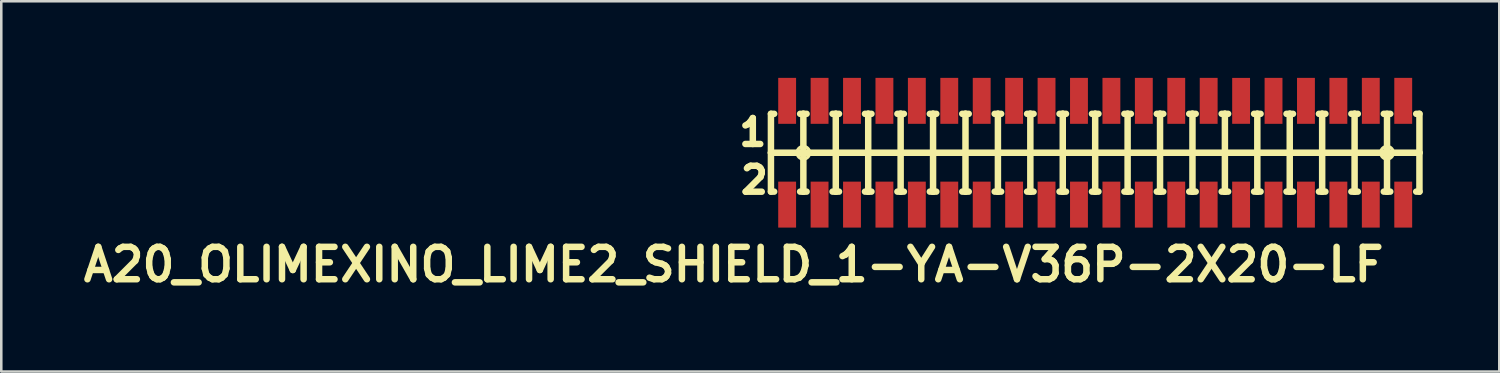
<source format=kicad_pcb>
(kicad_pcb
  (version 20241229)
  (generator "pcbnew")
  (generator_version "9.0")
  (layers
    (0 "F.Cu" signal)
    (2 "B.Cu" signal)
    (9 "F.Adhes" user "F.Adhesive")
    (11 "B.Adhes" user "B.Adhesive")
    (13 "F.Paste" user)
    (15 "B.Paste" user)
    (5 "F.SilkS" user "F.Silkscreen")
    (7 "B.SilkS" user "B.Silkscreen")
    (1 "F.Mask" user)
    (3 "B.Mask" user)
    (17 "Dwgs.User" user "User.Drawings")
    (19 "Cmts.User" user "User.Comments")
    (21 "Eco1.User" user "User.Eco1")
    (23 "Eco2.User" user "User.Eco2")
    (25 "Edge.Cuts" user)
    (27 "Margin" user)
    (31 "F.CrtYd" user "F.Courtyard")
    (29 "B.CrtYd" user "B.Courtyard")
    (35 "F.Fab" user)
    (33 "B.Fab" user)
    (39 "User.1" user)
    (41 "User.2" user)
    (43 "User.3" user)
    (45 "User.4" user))
  (footprint "A20_OLIMEXINO_LIME2_SHIELD_1-YA-V36P-2X20-LF"
    (layer "F.Cu")
    (at 39.845 2.932)
    (property "Reference" "A20_OLIMEXINO_LIME2_SHIELD_1-YA-V36P-2X20-LF" (at -14.161 4.381 0) (layer "F.SilkS") (effects (font (size 1.27 1.27) (thickness 0.254))))
    (attr smd)
    (fp_line (start -12.7 -1.524) (end -12.7 0) (stroke (width 0.254) (type solid)) (layer "F.SilkS"))
    (fp_line (start -12.7 0) (end -12.7 1.524) (stroke (width 0.254) (type solid)) (layer "F.SilkS"))
    (fp_line (start -12.7 0) (end -11.43 0) (stroke (width 0.254) (type solid)) (layer "F.SilkS"))
    (fp_line (start -12.7 1.524) (end -12.573 1.524) (stroke (width 0.254) (type solid)) (layer "F.SilkS"))
    (fp_line (start -12.573 -1.524) (end -12.7 -1.524) (stroke (width 0.254) (type solid)) (layer "F.SilkS"))
    (fp_line (start -11.778 0) (end -11.079 0) (stroke (width 0.127) (type solid)) (layer "F.SilkS"))
    (fp_line (start -11.557 -1.524) (end -11.43 -1.524) (stroke (width 0.254) (type solid)) (layer "F.SilkS"))
    (fp_line (start -11.557 1.524) (end -11.43 1.524) (stroke (width 0.254) (type solid)) (layer "F.SilkS"))
    (fp_line (start -11.43 -1.524) (end -11.303 -1.524) (stroke (width 0.254) (type solid)) (layer "F.SilkS"))
    (fp_line (start -11.43 0) (end -11.43 -1.524) (stroke (width 0.254) (type solid)) (layer "F.SilkS"))
    (fp_line (start -11.43 0) (end -10.16 0) (stroke (width 0.254) (type solid)) (layer "F.SilkS"))
    (fp_line (start -11.43 0.348) (end -11.43 -0.348) (stroke (width 0.127) (type solid)) (layer "F.SilkS"))
    (fp_line (start -11.43 1.524) (end -11.43 0) (stroke (width 0.254) (type solid)) (layer "F.SilkS"))
    (fp_line (start -11.43 1.524) (end -11.303 1.524) (stroke (width 0.254) (type solid)) (layer "F.SilkS"))
    (fp_line (start -10.287 -1.524) (end -10.16 -1.524) (stroke (width 0.254) (type solid)) (layer "F.SilkS"))
    (fp_line (start -10.287 1.524) (end -10.16 1.524) (stroke (width 0.254) (type solid)) (layer "F.SilkS"))
    (fp_line (start -10.16 -1.524) (end -10.033 -1.524) (stroke (width 0.254) (type solid)) (layer "F.SilkS"))
    (fp_line (start -10.16 0) (end -10.16 -1.524) (stroke (width 0.254) (type solid)) (layer "F.SilkS"))
    (fp_line (start -10.16 0) (end -8.89 0) (stroke (width 0.254) (type solid)) (layer "F.SilkS"))
    (fp_line (start -10.16 1.524) (end -10.16 0) (stroke (width 0.254) (type solid)) (layer "F.SilkS"))
    (fp_line (start -10.16 1.524) (end -10.033 1.524) (stroke (width 0.254) (type solid)) (layer "F.SilkS"))
    (fp_line (start -9.017 -1.524) (end -8.89 -1.524) (stroke (width 0.254) (type solid)) (layer "F.SilkS"))
    (fp_line (start -9.017 1.524) (end -8.89 1.524) (stroke (width 0.254) (type solid)) (layer "F.SilkS"))
    (fp_line (start -8.89 -1.524) (end -8.763 -1.524) (stroke (width 0.254) (type solid)) (layer "F.SilkS"))
    (fp_line (start -8.89 0) (end -8.89 -1.524) (stroke (width 0.254) (type solid)) (layer "F.SilkS"))
    (fp_line (start -8.89 0) (end -7.62 0) (stroke (width 0.254) (type solid)) (layer "F.SilkS"))
    (fp_line (start -8.89 1.524) (end -8.89 0) (stroke (width 0.254) (type solid)) (layer "F.SilkS"))
    (fp_line (start -8.89 1.524) (end -8.763 1.524) (stroke (width 0.254) (type solid)) (layer "F.SilkS"))
    (fp_line (start -7.747 -1.524) (end -7.62 -1.524) (stroke (width 0.254) (type solid)) (layer "F.SilkS"))
    (fp_line (start -7.747 1.524) (end -7.62 1.524) (stroke (width 0.254) (type solid)) (layer "F.SilkS"))
    (fp_line (start -7.62 -1.524) (end -7.493 -1.524) (stroke (width 0.254) (type solid)) (layer "F.SilkS"))
    (fp_line (start -7.62 0) (end -7.62 -1.524) (stroke (width 0.254) (type solid)) (layer "F.SilkS"))
    (fp_line (start -7.62 0) (end -6.35 0) (stroke (width 0.254) (type solid)) (layer "F.SilkS"))
    (fp_line (start -7.62 1.524) (end -7.62 0) (stroke (width 0.254) (type solid)) (layer "F.SilkS"))
    (fp_line (start -7.62 1.524) (end -7.493 1.524) (stroke (width 0.254) (type solid)) (layer "F.SilkS"))
    (fp_line (start -6.477 -1.524) (end -6.35 -1.524) (stroke (width 0.254) (type solid)) (layer "F.SilkS"))
    (fp_line (start -6.477 1.524) (end -6.35 1.524) (stroke (width 0.254) (type solid)) (layer "F.SilkS"))
    (fp_line (start -6.35 -1.524) (end -6.223 -1.524) (stroke (width 0.254) (type solid)) (layer "F.SilkS"))
    (fp_line (start -6.35 0) (end -6.35 -1.524) (stroke (width 0.254) (type solid)) (layer "F.SilkS"))
    (fp_line (start -6.35 0) (end -5.08 0) (stroke (width 0.254) (type solid)) (layer "F.SilkS"))
    (fp_line (start -6.35 1.524) (end -6.35 0) (stroke (width 0.254) (type solid)) (layer "F.SilkS"))
    (fp_line (start -6.35 1.524) (end -6.223 1.524) (stroke (width 0.254) (type solid)) (layer "F.SilkS"))
    (fp_line (start -5.207 -1.524) (end -5.08 -1.524) (stroke (width 0.254) (type solid)) (layer "F.SilkS"))
    (fp_line (start -5.207 1.524) (end -5.08 1.524) (stroke (width 0.254) (type solid)) (layer "F.SilkS"))
    (fp_line (start -5.08 -1.524) (end -4.953 -1.524) (stroke (width 0.254) (type solid)) (layer "F.SilkS"))
    (fp_line (start -5.08 0) (end -5.08 -1.524) (stroke (width 0.254) (type solid)) (layer "F.SilkS"))
    (fp_line (start -5.08 0) (end -3.81 0) (stroke (width 0.254) (type solid)) (layer "F.SilkS"))
    (fp_line (start -5.08 1.524) (end -5.08 0) (stroke (width 0.254) (type solid)) (layer "F.SilkS"))
    (fp_line (start -5.08 1.524) (end -4.953 1.524) (stroke (width 0.254) (type solid)) (layer "F.SilkS"))
    (fp_line (start -3.937 -1.524) (end -3.81 -1.524) (stroke (width 0.254) (type solid)) (layer "F.SilkS"))
    (fp_line (start -3.937 1.524) (end -3.81 1.524) (stroke (width 0.254) (type solid)) (layer "F.SilkS"))
    (fp_line (start -3.81 -1.524) (end -3.683 -1.524) (stroke (width 0.254) (type solid)) (layer "F.SilkS"))
    (fp_line (start -3.81 0) (end -3.81 -1.524) (stroke (width 0.254) (type solid)) (layer "F.SilkS"))
    (fp_line (start -3.81 0) (end -2.54 0) (stroke (width 0.254) (type solid)) (layer "F.SilkS"))
    (fp_line (start -3.81 1.524) (end -3.81 0) (stroke (width 0.254) (type solid)) (layer "F.SilkS"))
    (fp_line (start -3.81 1.524) (end -3.683 1.524) (stroke (width 0.254) (type solid)) (layer "F.SilkS"))
    (fp_line (start -2.667 -1.524) (end -2.54 -1.524) (stroke (width 0.254) (type solid)) (layer "F.SilkS"))
    (fp_line (start -2.667 1.524) (end -2.54 1.524) (stroke (width 0.254) (type solid)) (layer "F.SilkS"))
    (fp_line (start -2.54 -1.524) (end -2.413 -1.524) (stroke (width 0.254) (type solid)) (layer "F.SilkS"))
    (fp_line (start -2.54 0) (end -2.54 -1.524) (stroke (width 0.254) (type solid)) (layer "F.SilkS"))
    (fp_line (start -2.54 0) (end -1.27 0) (stroke (width 0.254) (type solid)) (layer "F.SilkS"))
    (fp_line (start -2.54 1.524) (end -2.54 0) (stroke (width 0.254) (type solid)) (layer "F.SilkS"))
    (fp_line (start -2.54 1.524) (end -2.413 1.524) (stroke (width 0.254) (type solid)) (layer "F.SilkS"))
    (fp_line (start -1.397 -1.524) (end -1.27 -1.524) (stroke (width 0.254) (type solid)) (layer "F.SilkS"))
    (fp_line (start -1.397 1.524) (end -1.27 1.524) (stroke (width 0.254) (type solid)) (layer "F.SilkS"))
    (fp_line (start -1.27 -1.524) (end -1.143 -1.524) (stroke (width 0.254) (type solid)) (layer "F.SilkS"))
    (fp_line (start -1.27 0) (end -1.27 -1.524) (stroke (width 0.254) (type solid)) (layer "F.SilkS"))
    (fp_line (start -1.27 0) (end 0 0) (stroke (width 0.254) (type solid)) (layer "F.SilkS"))
    (fp_line (start -1.27 1.524) (end -1.27 0) (stroke (width 0.254) (type solid)) (layer "F.SilkS"))
    (fp_line (start -1.27 1.524) (end -1.143 1.524) (stroke (width 0.254) (type solid)) (layer "F.SilkS"))
    (fp_line (start -0.127 -1.524) (end 0 -1.524) (stroke (width 0.254) (type solid)) (layer "F.SilkS"))
    (fp_line (start -0.127 1.524) (end 0 1.524) (stroke (width 0.254) (type solid)) (layer "F.SilkS"))
    (fp_line (start 0 -1.524) (end 0.127 -1.524) (stroke (width 0.254) (type solid)) (layer "F.SilkS"))
    (fp_line (start 0 0) (end 0 -1.524) (stroke (width 0.254) (type solid)) (layer "F.SilkS"))
    (fp_line (start 0 0) (end 1.27 0) (stroke (width 0.254) (type solid)) (layer "F.SilkS"))
    (fp_line (start 0 1.524) (end 0 0) (stroke (width 0.254) (type solid)) (layer "F.SilkS"))
    (fp_line (start 0 1.524) (end 0.127 1.524) (stroke (width 0.254) (type solid)) (layer "F.SilkS"))
    (fp_line (start 1.143 -1.524) (end 1.27 -1.524) (stroke (width 0.254) (type solid)) (layer "F.SilkS"))
    (fp_line (start 1.143 1.524) (end 1.27 1.524) (stroke (width 0.254) (type solid)) (layer "F.SilkS"))
    (fp_line (start 1.27 -1.524) (end 1.397 -1.524) (stroke (width 0.254) (type solid)) (layer "F.SilkS"))
    (fp_line (start 1.27 0) (end 1.27 -1.524) (stroke (width 0.254) (type solid)) (layer "F.SilkS"))
    (fp_line (start 1.27 0) (end 2.54 0) (stroke (width 0.254) (type solid)) (layer "F.SilkS"))
    (fp_line (start 1.27 1.524) (end 1.27 0) (stroke (width 0.254) (type solid)) (layer "F.SilkS"))
    (fp_line (start 1.27 1.524) (end 1.397 1.524) (stroke (width 0.254) (type solid)) (layer "F.SilkS"))
    (fp_line (start 2.413 -1.524) (end 2.54 -1.524) (stroke (width 0.254) (type solid)) (layer "F.SilkS"))
    (fp_line (start 2.413 1.524) (end 2.54 1.524) (stroke (width 0.254) (type solid)) (layer "F.SilkS"))
    (fp_line (start 2.54 -1.524) (end 2.667 -1.524) (stroke (width 0.254) (type solid)) (layer "F.SilkS"))
    (fp_line (start 2.54 0) (end 2.54 -1.524) (stroke (width 0.254) (type solid)) (layer "F.SilkS"))
    (fp_line (start 2.54 0) (end 3.81 0) (stroke (width 0.254) (type solid)) (layer "F.SilkS"))
    (fp_line (start 2.54 1.524) (end 2.54 0) (stroke (width 0.254) (type solid)) (layer "F.SilkS"))
    (fp_line (start 2.54 1.524) (end 2.667 1.524) (stroke (width 0.254) (type solid)) (layer "F.SilkS"))
    (fp_line (start 3.683 -1.524) (end 3.81 -1.524) (stroke (width 0.254) (type solid)) (layer "F.SilkS"))
    (fp_line (start 3.683 1.524) (end 3.81 1.524) (stroke (width 0.254) (type solid)) (layer "F.SilkS"))
    (fp_line (start 3.81 -1.524) (end 3.937 -1.524) (stroke (width 0.254) (type solid)) (layer "F.SilkS"))
    (fp_line (start 3.81 0) (end 3.81 -1.524) (stroke (width 0.254) (type solid)) (layer "F.SilkS"))
    (fp_line (start 3.81 0) (end 5.08 0) (stroke (width 0.254) (type solid)) (layer "F.SilkS"))
    (fp_line (start 3.81 1.524) (end 3.81 0) (stroke (width 0.254) (type solid)) (layer "F.SilkS"))
    (fp_line (start 3.81 1.524) (end 3.937 1.524) (stroke (width 0.254) (type solid)) (layer "F.SilkS"))
    (fp_line (start 4.953 -1.524) (end 5.08 -1.524) (stroke (width 0.254) (type solid)) (layer "F.SilkS"))
    (fp_line (start 4.953 1.524) (end 5.08 1.524) (stroke (width 0.254) (type solid)) (layer "F.SilkS"))
    (fp_line (start 5.08 -1.524) (end 5.207 -1.524) (stroke (width 0.254) (type solid)) (layer "F.SilkS"))
    (fp_line (start 5.08 0) (end 5.08 -1.524) (stroke (width 0.254) (type solid)) (layer "F.SilkS"))
    (fp_line (start 5.08 0) (end 6.35 0) (stroke (width 0.254) (type solid)) (layer "F.SilkS"))
    (fp_line (start 5.08 1.524) (end 5.08 0) (stroke (width 0.254) (type solid)) (layer "F.SilkS"))
    (fp_line (start 5.08 1.524) (end 5.207 1.524) (stroke (width 0.254) (type solid)) (layer "F.SilkS"))
    (fp_line (start 6.223 -1.524) (end 6.35 -1.524) (stroke (width 0.254) (type solid)) (layer "F.SilkS"))
    (fp_line (start 6.223 1.524) (end 6.35 1.524) (stroke (width 0.254) (type solid)) (layer "F.SilkS"))
    (fp_line (start 6.35 -1.524) (end 6.477 -1.524) (stroke (width 0.254) (type solid)) (layer "F.SilkS"))
    (fp_line (start 6.35 0) (end 6.35 -1.524) (stroke (width 0.254) (type solid)) (layer "F.SilkS"))
    (fp_line (start 6.35 0) (end 7.62 0) (stroke (width 0.254) (type solid)) (layer "F.SilkS"))
    (fp_line (start 6.35 1.524) (end 6.35 0) (stroke (width 0.254) (type solid)) (layer "F.SilkS"))
    (fp_line (start 6.35 1.524) (end 6.477 1.524) (stroke (width 0.254) (type solid)) (layer "F.SilkS"))
    (fp_line (start 7.493 -1.524) (end 7.62 -1.524) (stroke (width 0.254) (type solid)) (layer "F.SilkS"))
    (fp_line (start 7.493 1.524) (end 7.62 1.524) (stroke (width 0.254) (type solid)) (layer "F.SilkS"))
    (fp_line (start 7.62 -1.524) (end 7.747 -1.524) (stroke (width 0.254) (type solid)) (layer "F.SilkS"))
    (fp_line (start 7.62 0) (end 7.62 -1.524) (stroke (width 0.254) (type solid)) (layer "F.SilkS"))
    (fp_line (start 7.62 0) (end 8.89 0) (stroke (width 0.254) (type solid)) (layer "F.SilkS"))
    (fp_line (start 7.62 1.524) (end 7.62 0) (stroke (width 0.254) (type solid)) (layer "F.SilkS"))
    (fp_line (start 7.62 1.524) (end 7.747 1.524) (stroke (width 0.254) (type solid)) (layer "F.SilkS"))
    (fp_line (start 8.763 -1.524) (end 8.89 -1.524) (stroke (width 0.254) (type solid)) (layer "F.SilkS"))
    (fp_line (start 8.763 1.524) (end 8.89 1.524) (stroke (width 0.254) (type solid)) (layer "F.SilkS"))
    (fp_line (start 8.89 -1.524) (end 9.017 -1.524) (stroke (width 0.254) (type solid)) (layer "F.SilkS"))
    (fp_line (start 8.89 0) (end 8.89 -1.524) (stroke (width 0.254) (type solid)) (layer "F.SilkS"))
    (fp_line (start 8.89 0) (end 10.16 0) (stroke (width 0.254) (type solid)) (layer "F.SilkS"))
    (fp_line (start 8.89 1.524) (end 8.89 0) (stroke (width 0.254) (type solid)) (layer "F.SilkS"))
    (fp_line (start 8.89 1.524) (end 9.017 1.524) (stroke (width 0.254) (type solid)) (layer "F.SilkS"))
    (fp_line (start 10.033 -1.524) (end 10.16 -1.524) (stroke (width 0.254) (type solid)) (layer "F.SilkS"))
    (fp_line (start 10.033 1.524) (end 10.16 1.524) (stroke (width 0.254) (type solid)) (layer "F.SilkS"))
    (fp_line (start 10.16 -1.524) (end 10.287 -1.524) (stroke (width 0.254) (type solid)) (layer "F.SilkS"))
    (fp_line (start 10.16 0) (end 10.16 -1.524) (stroke (width 0.254) (type solid)) (layer "F.SilkS"))
    (fp_line (start 10.16 0) (end 11.43 0) (stroke (width 0.254) (type solid)) (layer "F.SilkS"))
    (fp_line (start 10.16 1.524) (end 10.16 0) (stroke (width 0.254) (type solid)) (layer "F.SilkS"))
    (fp_line (start 10.16 1.524) (end 10.287 1.524) (stroke (width 0.254) (type solid)) (layer "F.SilkS"))
    (fp_line (start 11.079 0) (end 11.778 0) (stroke (width 0.127) (type solid)) (layer "F.SilkS"))
    (fp_line (start 11.303 -1.524) (end 11.557 -1.524) (stroke (width 0.254) (type solid)) (layer "F.SilkS"))
    (fp_line (start 11.303 1.524) (end 11.43 1.524) (stroke (width 0.254) (type solid)) (layer "F.SilkS"))
    (fp_line (start 11.43 0) (end 11.43 -1.524) (stroke (width 0.254) (type solid)) (layer "F.SilkS"))
    (fp_line (start 11.43 0) (end 12.7 0) (stroke (width 0.254) (type solid)) (layer "F.SilkS"))
    (fp_line (start 11.43 0.348) (end 11.43 -0.348) (stroke (width 0.127) (type solid)) (layer "F.SilkS"))
    (fp_line (start 11.43 1.524) (end 11.43 0) (stroke (width 0.254) (type solid)) (layer "F.SilkS"))
    (fp_line (start 11.43 1.524) (end 11.557 1.524) (stroke (width 0.254) (type solid)) (layer "F.SilkS"))
    (fp_line (start 12.573 -1.524) (end 12.7 -1.524) (stroke (width 0.254) (type solid)) (layer "F.SilkS"))
    (fp_line (start 12.7 -1.524) (end 12.7 0) (stroke (width 0.254) (type solid)) (layer "F.SilkS"))
    (fp_line (start 12.7 0) (end 12.7 1.524) (stroke (width 0.254) (type solid)) (layer "F.SilkS"))
    (fp_line (start 12.7 1.524) (end 12.573 1.524) (stroke (width 0.254) (type solid)) (layer "F.SilkS"))
    (fp_circle (center -11.43 0) (end -11.603 0.173) (stroke (width 0.127) (type solid)) (fill no) (layer "F.SilkS"))
    (fp_circle (center 11.43 0) (end 11.603 0.173) (stroke (width 0.127) (type solid)) (fill no) (layer "F.SilkS"))
    (fp_line (start -12.573 -1.524) (end -11.557 -1.524) (stroke (width 0.254) (type solid)) (layer "Eco1.User"))
    (fp_line (start -12.573 1.524) (end -11.557 1.524) (stroke (width 0.254) (type solid)) (layer "Eco1.User"))
    (fp_line (start -11.303 -1.524) (end -10.287 -1.524) (stroke (width 0.254) (type solid)) (layer "Eco1.User"))
    (fp_line (start -11.303 1.524) (end -10.287 1.524) (stroke (width 0.254) (type solid)) (layer "Eco1.User"))
    (fp_line (start -10.033 -1.524) (end -9.017 -1.524) (stroke (width 0.254) (type solid)) (layer "Eco1.User"))
    (fp_line (start -10.033 1.524) (end -9.017 1.524) (stroke (width 0.254) (type solid)) (layer "Eco1.User"))
    (fp_line (start -8.763 -1.524) (end -7.747 -1.524) (stroke (width 0.254) (type solid)) (layer "Eco1.User"))
    (fp_line (start -8.763 1.524) (end -7.747 1.524) (stroke (width 0.254) (type solid)) (layer "Eco1.User"))
    (fp_line (start -7.493 -1.524) (end -6.477 -1.524) (stroke (width 0.254) (type solid)) (layer "Eco1.User"))
    (fp_line (start -7.493 1.524) (end -6.477 1.524) (stroke (width 0.254) (type solid)) (layer "Eco1.User"))
    (fp_line (start -6.223 -1.524) (end -5.207 -1.524) (stroke (width 0.254) (type solid)) (layer "Eco1.User"))
    (fp_line (start -6.223 1.524) (end -5.207 1.524) (stroke (width 0.254) (type solid)) (layer "Eco1.User"))
    (fp_line (start -4.953 -1.524) (end -3.937 -1.524) (stroke (width 0.254) (type solid)) (layer "Eco1.User"))
    (fp_line (start -4.953 1.524) (end -3.937 1.524) (stroke (width 0.254) (type solid)) (layer "Eco1.User"))
    (fp_line (start -3.683 -1.524) (end -2.667 -1.524) (stroke (width 0.254) (type solid)) (layer "Eco1.User"))
    (fp_line (start -3.683 1.524) (end -2.667 1.524) (stroke (width 0.254) (type solid)) (layer "Eco1.User"))
    (fp_line (start -2.413 -1.524) (end -1.397 -1.524) (stroke (width 0.254) (type solid)) (layer "Eco1.User"))
    (fp_line (start -2.413 1.524) (end -1.397 1.524) (stroke (width 0.254) (type solid)) (layer "Eco1.User"))
    (fp_line (start -1.143 -1.524) (end -0.127 -1.524) (stroke (width 0.254) (type solid)) (layer "Eco1.User"))
    (fp_line (start -1.143 1.524) (end -0.127 1.524) (stroke (width 0.254) (type solid)) (layer "Eco1.User"))
    (fp_line (start 0.127 -1.524) (end 1.143 -1.524) (stroke (width 0.254) (type solid)) (layer "Eco1.User"))
    (fp_line (start 0.127 1.524) (end 1.143 1.524) (stroke (width 0.254) (type solid)) (layer "Eco1.User"))
    (fp_line (start 1.397 -1.524) (end 2.413 -1.524) (stroke (width 0.254) (type solid)) (layer "Eco1.User"))
    (fp_line (start 1.397 1.524) (end 2.413 1.524) (stroke (width 0.254) (type solid)) (layer "Eco1.User"))
    (fp_line (start 2.667 -1.524) (end 3.683 -1.524) (stroke (width 0.254) (type solid)) (layer "Eco1.User"))
    (fp_line (start 2.667 1.524) (end 3.683 1.524) (stroke (width 0.254) (type solid)) (layer "Eco1.User"))
    (fp_line (start 3.937 -1.524) (end 4.953 -1.524) (stroke (width 0.254) (type solid)) (layer "Eco1.User"))
    (fp_line (start 3.937 1.524) (end 4.953 1.524) (stroke (width 0.254) (type solid)) (layer "Eco1.User"))
    (fp_line (start 5.207 -1.524) (end 6.223 -1.524) (stroke (width 0.254) (type solid)) (layer "Eco1.User"))
    (fp_line (start 5.207 1.524) (end 6.223 1.524) (stroke (width 0.254) (type solid)) (layer "Eco1.User"))
    (fp_line (start 6.477 -1.524) (end 7.493 -1.524) (stroke (width 0.254) (type solid)) (layer "Eco1.User"))
    (fp_line (start 6.477 1.524) (end 7.493 1.524) (stroke (width 0.254) (type solid)) (layer "Eco1.User"))
    (fp_line (start 7.747 -1.524) (end 8.763 -1.524) (stroke (width 0.254) (type solid)) (layer "Eco1.User"))
    (fp_line (start 7.747 1.524) (end 8.763 1.524) (stroke (width 0.254) (type solid)) (layer "Eco1.User"))
    (fp_line (start 9.017 -1.524) (end 10.033 -1.524) (stroke (width 0.254) (type solid)) (layer "Eco1.User"))
    (fp_line (start 9.017 1.524) (end 10.033 1.524) (stroke (width 0.254) (type solid)) (layer "Eco1.User"))
    (fp_line (start 10.287 -1.524) (end 11.303 -1.524) (stroke (width 0.254) (type solid)) (layer "Eco1.User"))
    (fp_line (start 10.287 1.524) (end 11.303 1.524) (stroke (width 0.254) (type solid)) (layer "Eco1.User"))
    (fp_line (start 11.557 -1.524) (end 12.573 -1.524) (stroke (width 0.254) (type solid)) (layer "Eco1.User"))
    (fp_line (start 11.557 1.524) (end 12.573 1.524) (stroke (width 0.254) (type solid)) (layer "Eco1.User"))
    (fp_text user "2" (at -13.35 1.07 0) (layer "F.SilkS") (effects (font (size 1.016 1.016) (thickness 0.254))))
    (fp_text user "1" (at -13.41 -0.8 0) (layer "F.SilkS") (effects (font (size 1.016 1.016) (thickness 0.254))))
    (pad "1" smd rect (at -12.065 -2.032 90) (size 1.8 0.7) (layers "F.Cu" "F.Mask" "F.Paste"))
    (pad "2" smd rect (at -12.065 2.032 90) (size 1.8 0.7) (layers "F.Cu" "F.Mask" "F.Paste"))
    (pad "3" smd rect (at -10.795 -2.032 90) (size 1.8 0.7) (layers "F.Cu" "F.Mask" "F.Paste"))
    (pad "4" smd rect (at -10.795 2.032 90) (size 1.8 0.7) (layers "F.Cu" "F.Mask" "F.Paste"))
    (pad "5" smd rect (at -9.525 -2.032 90) (size 1.8 0.7) (layers "F.Cu" "F.Mask" "F.Paste"))
    (pad "6" smd rect (at -9.525 2.032 90) (size 1.8 0.7) (layers "F.Cu" "F.Mask" "F.Paste"))
    (pad "7" smd rect (at -8.255 -2.032 90) (size 1.8 0.7) (layers "F.Cu" "F.Mask" "F.Paste"))
    (pad "8" smd rect (at -8.255 2.032 90) (size 1.8 0.7) (layers "F.Cu" "F.Mask" "F.Paste"))
    (pad "9" smd rect (at -6.985 -2.032 90) (size 1.8 0.7) (layers "F.Cu" "F.Mask" "F.Paste"))
    (pad "10" smd rect (at -6.985 2.032 90) (size 1.8 0.7) (layers "F.Cu" "F.Mask" "F.Paste"))
    (pad "11" smd rect (at -5.715 -2.032 90) (size 1.8 0.7) (layers "F.Cu" "F.Mask" "F.Paste"))
    (pad "12" smd rect (at -5.715 2.032 90) (size 1.8 0.7) (layers "F.Cu" "F.Mask" "F.Paste"))
    (pad "13" smd rect (at -4.445 -2.032 90) (size 1.8 0.7) (layers "F.Cu" "F.Mask" "F.Paste"))
    (pad "14" smd rect (at -4.445 2.032 90) (size 1.8 0.7) (layers "F.Cu" "F.Mask" "F.Paste"))
    (pad "15" smd rect (at -3.175 -2.032 90) (size 1.8 0.7) (layers "F.Cu" "F.Mask" "F.Paste"))
    (pad "16" smd rect (at -3.175 2.032 90) (size 1.8 0.7) (layers "F.Cu" "F.Mask" "F.Paste"))
    (pad "17" smd rect (at -1.905 -2.032 90) (size 1.8 0.7) (layers "F.Cu" "F.Mask" "F.Paste"))
    (pad "18" smd rect (at -1.905 2.032 90) (size 1.8 0.7) (layers "F.Cu" "F.Mask" "F.Paste"))
    (pad "19" smd rect (at -0.635 -2.032 90) (size 1.8 0.7) (layers "F.Cu" "F.Mask" "F.Paste"))
    (pad "20" smd rect (at -0.635 2.032 90) (size 1.8 0.7) (layers "F.Cu" "F.Mask" "F.Paste"))
    (pad "21" smd rect (at 0.635 -2.032 90) (size 1.8 0.7) (layers "F.Cu" "F.Mask" "F.Paste"))
    (pad "22" smd rect (at 0.635 2.032 90) (size 1.8 0.7) (layers "F.Cu" "F.Mask" "F.Paste"))
    (pad "23" smd rect (at 1.905 -2.032 90) (size 1.8 0.7) (layers "F.Cu" "F.Mask" "F.Paste"))
    (pad "24" smd rect (at 1.905 2.032 90) (size 1.8 0.7) (layers "F.Cu" "F.Mask" "F.Paste"))
    (pad "25" smd rect (at 3.175 -2.032 90) (size 1.8 0.7) (layers "F.Cu" "F.Mask" "F.Paste"))
    (pad "26" smd rect (at 3.175 2.032 90) (size 1.8 0.7) (layers "F.Cu" "F.Mask" "F.Paste"))
    (pad "27" smd rect (at 4.445 -2.032 90) (size 1.8 0.7) (layers "F.Cu" "F.Mask" "F.Paste"))
    (pad "28" smd rect (at 4.445 2.032 90) (size 1.8 0.7) (layers "F.Cu" "F.Mask" "F.Paste"))
    (pad "29" smd rect (at 5.715 -2.032 90) (size 1.798 0.699) (layers "F.Cu" "F.Mask" "F.Paste"))
    (pad "30" smd rect (at 5.715 2.032 90) (size 1.8 0.7) (layers "F.Cu" "F.Mask" "F.Paste"))
    (pad "31" smd rect (at 6.985 -2.032 90) (size 1.8 0.7) (layers "F.Cu" "F.Mask" "F.Paste"))
    (pad "32" smd rect (at 6.985 2.032 90) (size 1.798 0.699) (layers "F.Cu" "F.Mask" "F.Paste"))
    (pad "33" smd rect (at 8.255 -2.032 90) (size 1.8 0.7) (layers "F.Cu" "F.Mask" "F.Paste"))
    (pad "34" smd rect (at 8.255 2.032 90) (size 1.8 0.7) (layers "F.Cu" "F.Mask" "F.Paste"))
    (pad "35" smd rect (at 9.525 -2.032 90) (size 1.8 0.7) (layers "F.Cu" "F.Mask" "F.Paste"))
    (pad "36" smd rect (at 9.525 2.032 90) (size 1.8 0.7) (layers "F.Cu" "F.Mask" "F.Paste"))
    (pad "37" smd rect (at 10.795 -2.032 90) (size 1.8 0.7) (layers "F.Cu" "F.Mask" "F.Paste"))
    (pad "38" smd rect (at 10.795 2.032 90) (size 1.8 0.7) (layers "F.Cu" "F.Mask" "F.Paste"))
    (pad "39" smd rect (at 12.065 -2.032 90) (size 1.8 0.7) (layers "F.Cu" "F.Mask" "F.Paste"))
    (pad "40" smd rect (at 12.065 2.032 90) (size 1.8 0.7) (layers "F.Cu" "F.Mask" "F.Paste")))
  (gr_rect
    (start -3 -3)
    (end 55.672 11.502)
    (stroke (width 0.1) (type default))
    (fill no)
    (layer "Edge.Cuts")))
</source>
